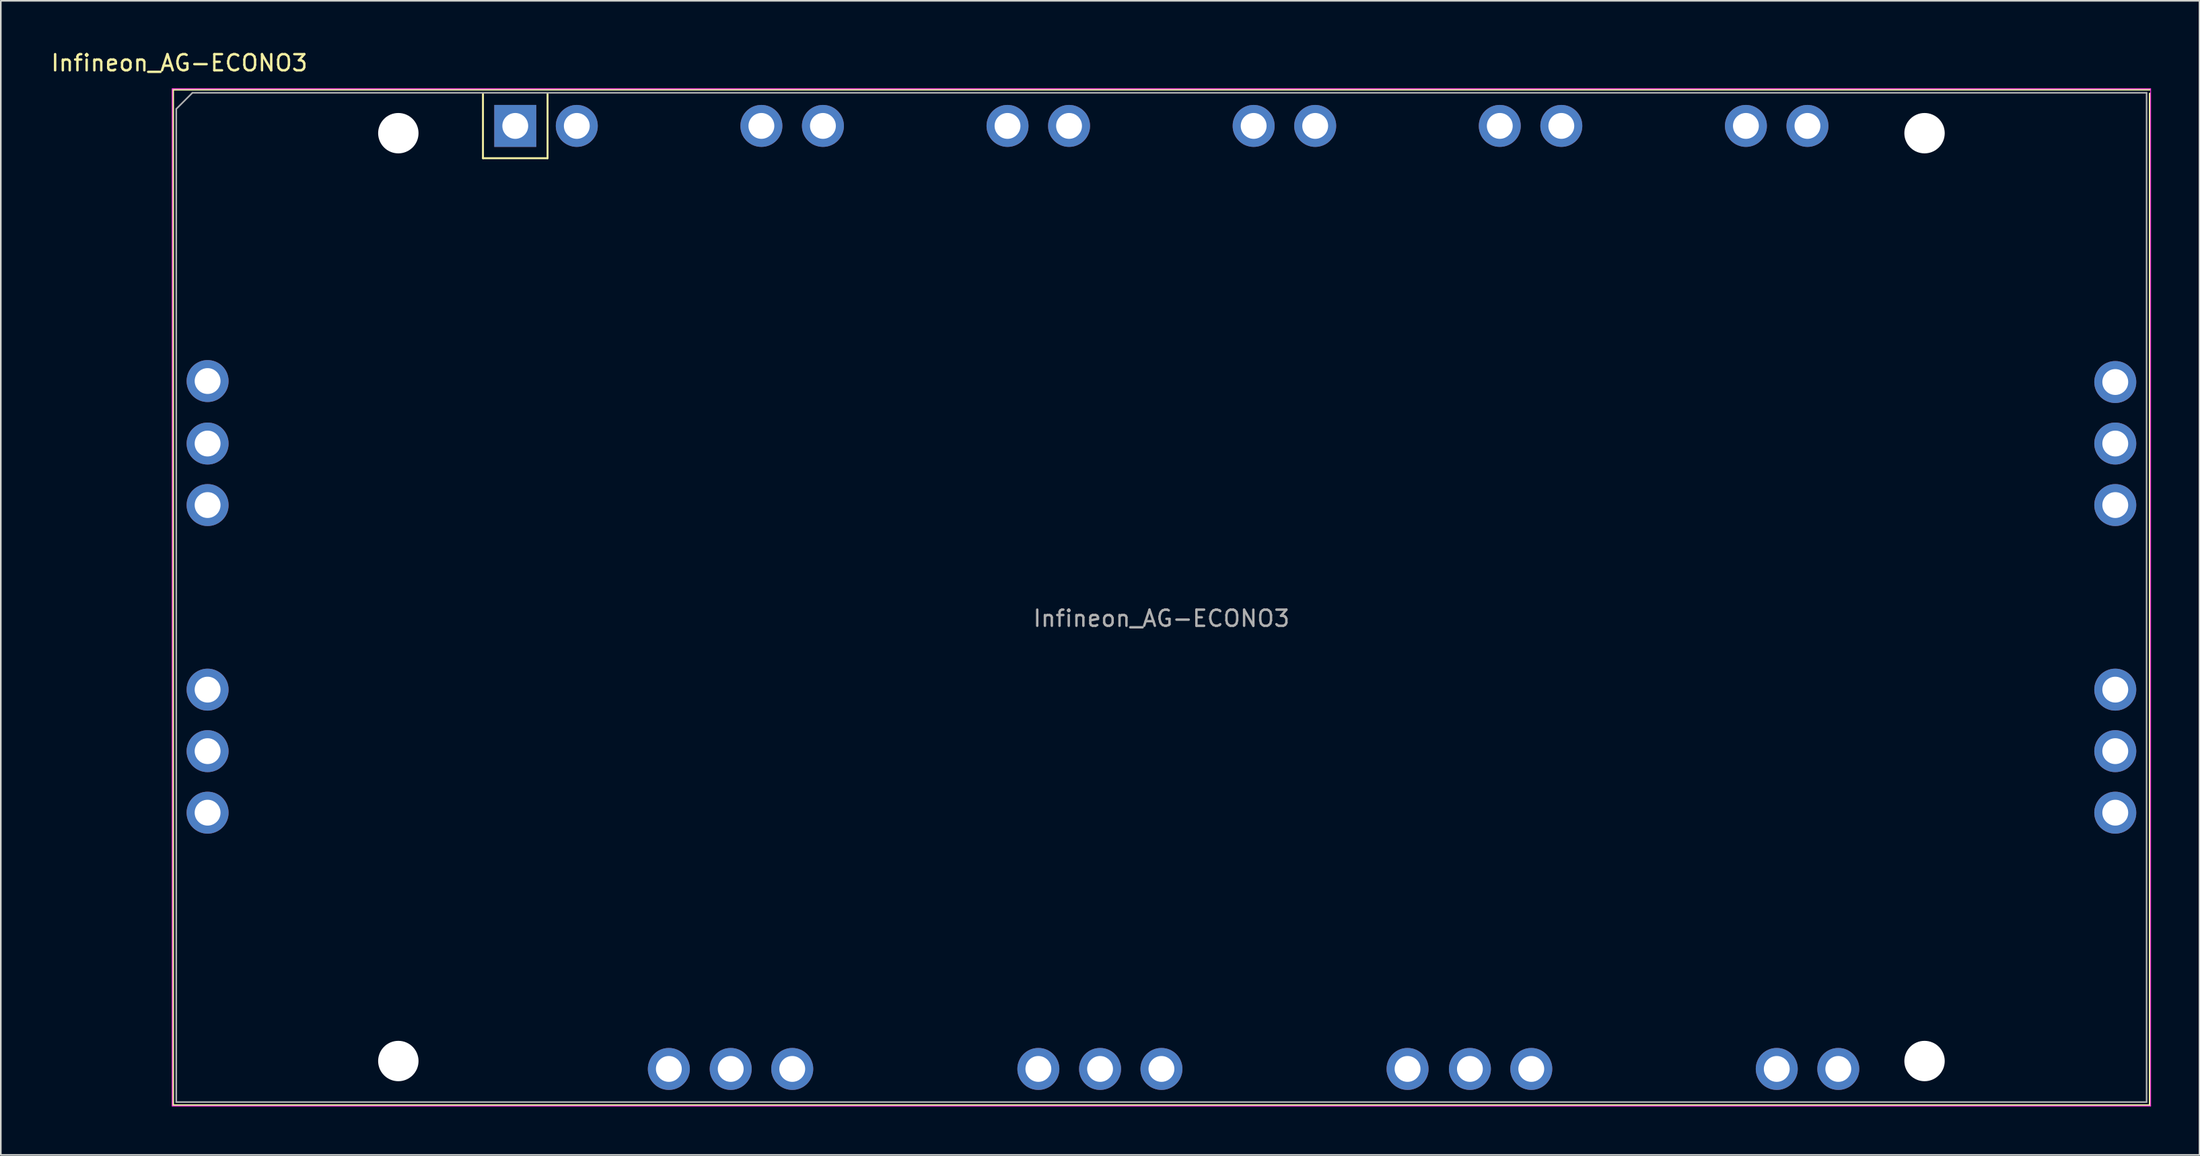
<source format=kicad_pcb>
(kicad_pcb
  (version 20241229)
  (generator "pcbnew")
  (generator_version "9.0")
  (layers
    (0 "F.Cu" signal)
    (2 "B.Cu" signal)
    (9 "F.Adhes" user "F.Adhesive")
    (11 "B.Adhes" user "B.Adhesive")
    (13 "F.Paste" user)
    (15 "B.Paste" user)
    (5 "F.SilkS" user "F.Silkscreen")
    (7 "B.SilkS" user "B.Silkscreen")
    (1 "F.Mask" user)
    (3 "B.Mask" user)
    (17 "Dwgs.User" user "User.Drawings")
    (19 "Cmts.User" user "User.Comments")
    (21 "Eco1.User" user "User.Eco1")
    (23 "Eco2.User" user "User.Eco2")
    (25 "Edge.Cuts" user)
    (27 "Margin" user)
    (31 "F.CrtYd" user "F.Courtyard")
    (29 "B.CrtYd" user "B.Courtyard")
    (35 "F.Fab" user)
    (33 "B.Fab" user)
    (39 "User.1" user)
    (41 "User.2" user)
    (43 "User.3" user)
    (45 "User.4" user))
  (footprint "Infineon_AG-ECONO3"
    (layer "F.Cu")
    (at 28.854 4.748)
    (property "Reference" "Infineon_AG-ECONO3" (at -20.8 -3.9 0) (layer "F.SilkS") (effects (font (size 1 1) (thickness 0.15))))
    (attr through_hole)
    (fp_line (start -21.19 -2.25) (end 101.21 -2.25) (stroke (width 0.12) (type solid)) (layer "F.SilkS"))
    (fp_line (start -21.19 60.65) (end -21.19 -2.25) (stroke (width 0.12) (type solid)) (layer "F.SilkS"))
    (fp_line (start -2 -2) (end -2 2) (stroke (width 0.12) (type solid)) (layer "F.SilkS"))
    (fp_line (start -2 2) (end 2 2) (stroke (width 0.12) (type solid)) (layer "F.SilkS"))
    (fp_line (start 2 2) (end 2 -2) (stroke (width 0.12) (type solid)) (layer "F.SilkS"))
    (fp_line (start 101.21 -2) (end 101.21 60.65) (stroke (width 0.12) (type solid)) (layer "F.SilkS"))
    (fp_line (start 101.21 60.65) (end -21.19 60.65) (stroke (width 0.12) (type solid)) (layer "F.SilkS"))
    (fp_line (start -21.24 -2.3) (end -21.24 60.7) (stroke (width 0.05) (type solid)) (layer "F.CrtYd"))
    (fp_line (start -21.24 60.7) (end 101.26 60.7) (stroke (width 0.05) (type solid)) (layer "F.CrtYd"))
    (fp_line (start 101.26 -2.3) (end -21.24 -2.3) (stroke (width 0.05) (type solid)) (layer "F.CrtYd"))
    (fp_line (start 101.26 60.7) (end 101.26 -2.3) (stroke (width 0.05) (type solid)) (layer "F.CrtYd"))
    (fp_line (start -20.99 60.45) (end -20.99 -1.05) (stroke (width 0.1) (type solid)) (layer "F.Fab"))
    (fp_line (start -19.99 -2.05) (end -20.99 -1.05) (stroke (width 0.1) (type solid)) (layer "F.Fab"))
    (fp_line (start -19.99 -2.05) (end 101.01 -2.05) (stroke (width 0.1) (type solid)) (layer "F.Fab"))
    (fp_line (start 101.01 -2.05) (end 101.01 60.45) (stroke (width 0.1) (type solid)) (layer "F.Fab"))
    (fp_line (start 101.01 60.45) (end -20.99 60.45) (stroke (width 0.1) (type solid)) (layer "F.Fab"))
    (fp_text user "${REFERENCE}" (at 40.01 30.5 180) (layer "F.Fab") (effects (font (size 1 1) (thickness 0.15))))
    (pad "" np_thru_hole circle (at -7.24 0.45) (size 2.5 2.5) (drill 2.5) (layers "*.Cu" "*.Mask"))
    (pad "" np_thru_hole circle (at -7.24 57.91) (size 2.5 2.5) (drill 2.5) (layers "*.Cu" "*.Mask"))
    (pad "" np_thru_hole circle (at 87.26 0.45) (size 2.5 2.5) (drill 2.5) (layers "*.Cu" "*.Mask"))
    (pad "" np_thru_hole circle (at 87.26 57.91) (size 2.5 2.5) (drill 2.5) (layers "*.Cu" "*.Mask"))
    (pad "1" thru_hole rect (at 0 0) (size 2.6 2.6) (drill 1.6) (layers "*.Cu" "*.Mask"))
    (pad "2" thru_hole circle (at 3.81 0) (size 2.6 2.6) (drill 1.6) (layers "*.Cu" "*.Mask"))
    (pad "3" thru_hole circle (at 15.24 0) (size 2.6 2.6) (drill 1.6) (layers "*.Cu" "*.Mask"))
    (pad "4" thru_hole circle (at 19.05 0) (size 2.6 2.6) (drill 1.6) (layers "*.Cu" "*.Mask"))
    (pad "5" thru_hole circle (at 30.48 0) (size 2.6 2.6) (drill 1.6) (layers "*.Cu" "*.Mask"))
    (pad "6" thru_hole circle (at 34.29 0) (size 2.6 2.6) (drill 1.6) (layers "*.Cu" "*.Mask"))
    (pad "7" thru_hole circle (at 45.72 0) (size 2.6 2.6) (drill 1.6) (layers "*.Cu" "*.Mask"))
    (pad "8" thru_hole circle (at 49.53 0) (size 2.6 2.6) (drill 1.6) (layers "*.Cu" "*.Mask"))
    (pad "9" thru_hole circle (at 60.96 0) (size 2.6 2.6) (drill 1.6) (layers "*.Cu" "*.Mask"))
    (pad "10" thru_hole circle (at 64.77 0) (size 2.6 2.6) (drill 1.6) (layers "*.Cu" "*.Mask"))
    (pad "11" thru_hole circle (at 76.2 0) (size 2.6 2.6) (drill 1.6) (layers "*.Cu" "*.Mask"))
    (pad "12" thru_hole circle (at 80.01 0) (size 2.6 2.6) (drill 1.6) (layers "*.Cu" "*.Mask"))
    (pad "13" thru_hole circle (at 99.07 15.86) (size 2.6 2.6) (drill 1.6) (layers "*.Cu" "*.Mask"))
    (pad "14" thru_hole circle (at 99.07 19.67) (size 2.6 2.6) (drill 1.6) (layers "*.Cu" "*.Mask"))
    (pad "15" thru_hole circle (at 99.07 23.48) (size 2.6 2.6) (drill 1.6) (layers "*.Cu" "*.Mask"))
    (pad "16" thru_hole circle (at 99.07 34.91) (size 2.6 2.6) (drill 1.6) (layers "*.Cu" "*.Mask"))
    (pad "17" thru_hole circle (at 99.07 38.72) (size 2.6 2.6) (drill 1.6) (layers "*.Cu" "*.Mask"))
    (pad "18" thru_hole circle (at 99.07 42.53) (size 2.6 2.6) (drill 1.6) (layers "*.Cu" "*.Mask"))
    (pad "19" thru_hole circle (at 81.92 58.4) (size 2.6 2.6) (drill 1.6) (layers "*.Cu" "*.Mask"))
    (pad "20" thru_hole circle (at 78.11 58.4) (size 2.6 2.6) (drill 1.6) (layers "*.Cu" "*.Mask"))
    (pad "21" thru_hole circle (at 62.91 58.4) (size 2.6 2.6) (drill 1.6) (layers "*.Cu" "*.Mask"))
    (pad "22" thru_hole circle (at 59.11 58.4) (size 2.6 2.6) (drill 1.6) (layers "*.Cu" "*.Mask"))
    (pad "23" thru_hole circle (at 55.25 58.4) (size 2.6 2.6) (drill 1.6) (layers "*.Cu" "*.Mask"))
    (pad "24" thru_hole circle (at 40.01 58.4) (size 2.6 2.6) (drill 1.6) (layers "*.Cu" "*.Mask"))
    (pad "25" thru_hole circle (at 36.21 58.4) (size 2.6 2.6) (drill 1.6) (layers "*.Cu" "*.Mask"))
    (pad "26" thru_hole circle (at 32.39 58.4) (size 2.6 2.6) (drill 1.6) (layers "*.Cu" "*.Mask"))
    (pad "27" thru_hole circle (at 17.15 58.4) (size 2.6 2.6) (drill 1.6) (layers "*.Cu" "*.Mask"))
    (pad "28" thru_hole circle (at 13.34 58.4) (size 2.6 2.6) (drill 1.6) (layers "*.Cu" "*.Mask"))
    (pad "29" thru_hole circle (at 9.51 58.4) (size 2.6 2.6) (drill 1.6) (layers "*.Cu" "*.Mask"))
    (pad "30" thru_hole circle (at -19.05 42.53) (size 2.6 2.6) (drill 1.6) (layers "*.Cu" "*.Mask"))
    (pad "31" thru_hole circle (at -19.05 38.72) (size 2.6 2.6) (drill 1.6) (layers "*.Cu" "*.Mask"))
    (pad "32" thru_hole circle (at -19.05 34.91) (size 2.6 2.6) (drill 1.6) (layers "*.Cu" "*.Mask"))
    (pad "33" thru_hole circle (at -19.05 23.48) (size 2.6 2.6) (drill 1.6) (layers "*.Cu" "*.Mask"))
    (pad "34" thru_hole circle (at -19.05 19.67) (size 2.6 2.6) (drill 1.6) (layers "*.Cu" "*.Mask"))
    (pad "35" thru_hole circle (at -19.05 15.8) (size 2.6 2.6) (drill 1.6) (layers "*.Cu" "*.Mask"))
    (zone (net_name "") (layers "F.Cu" "B.Cu") (name "MH") (hatch full 0.508) (connect_pads) (min_thickness 0.254) (filled_areas_thickness no) (keepout (tracks not_allowed) (vias not_allowed) (pads not_allowed) (copperpour not_allowed) (footprints not_allowed)) (placement (enabled no)) (fill) (polygon (pts (xy 19.369 8.948) (xy 19.349 8.488) (xy 19.291 8.03) (xy 19.196 7.579) (xy 19.062 7.138) (xy 18.893 6.709) (xy 18.688 6.296) (xy 18.449 5.902) (xy 18.178 5.529) (xy 17.877 5.18) (xy 17.547 4.857) (xy 17.192 4.563) (xy 16.813 4.3) (xy 16.414 4.07) (xy 15.997 3.873) (xy 15.565 3.713) (xy 15.121 3.589) (xy 14.668 3.502) (xy 14.209 3.454) (xy 13.748 3.444) (xy 13.288 3.473) (xy 12.832 3.541) (xy 12.383 3.646) (xy 11.945 3.789) (xy 11.52 3.967) (xy 11.111 4.181) (xy 10.722 4.428) (xy 10.355 4.707) (xy 10.012 5.015) (xy 9.696 5.351) (xy 9.41 5.713) (xy 9.155 6.097) (xy 8.933 6.501) (xy 8.745 6.922) (xy 8.594 7.357) (xy 8.479 7.804) (xy 8.402 8.258) (xy 8.363 8.718) (xy 8.363 9.179) (xy 8.402 9.638) (xy 8.479 10.093) (xy 8.594 10.539) (xy 8.745 10.975) (xy 8.933 11.396) (xy 9.155 11.8) (xy 9.41 12.184) (xy 9.696 12.545) (xy 10.012 12.881) (xy 10.355 13.19) (xy 10.722 13.469) (xy 11.111 13.716) (xy 11.52 13.929) (xy 11.945 14.108) (xy 12.383 14.25) (xy 12.832 14.356) (xy 13.288 14.423) (xy 13.748 14.452) (xy 14.209 14.442) (xy 14.668 14.394) (xy 15.121 14.308) (xy 15.565 14.184) (xy 15.997 14.023) (xy 16.414 13.827) (xy 16.813 13.596) (xy 17.192 13.333) (xy 17.547 13.039) (xy 17.877 12.717) (xy 18.178 12.368) (xy 18.449 11.995) (xy 18.688 11.6) (xy 18.893 11.187) (xy 19.062 10.759) (xy 19.196 10.317) (xy 19.291 9.866) (xy 19.349 9.409))))
    (zone (net_name "") (layers "F.Cu" "B.Cu") (name "MH") (hatch full 0.508) (connect_pads) (min_thickness 0.254) (filled_areas_thickness no) (keepout (tracks not_allowed) (vias not_allowed) (pads not_allowed) (copperpour not_allowed) (footprints not_allowed)) (placement (enabled no)) (fill) (polygon (pts (xy 19.369 58.948) (xy 19.349 58.488) (xy 19.291 58.03) (xy 19.196 57.579) (xy 19.062 57.138) (xy 18.893 56.709) (xy 18.688 56.296) (xy 18.449 55.902) (xy 18.178 55.529) (xy 17.877 55.18) (xy 17.547 54.857) (xy 17.192 54.563) (xy 16.813 54.3) (xy 16.414 54.07) (xy 15.997 53.873) (xy 15.565 53.713) (xy 15.121 53.589) (xy 14.668 53.502) (xy 14.209 53.454) (xy 13.748 53.444) (xy 13.288 53.473) (xy 12.832 53.541) (xy 12.383 53.646) (xy 11.945 53.789) (xy 11.52 53.967) (xy 11.111 54.181) (xy 10.722 54.428) (xy 10.355 54.707) (xy 10.012 55.015) (xy 9.696 55.351) (xy 9.41 55.713) (xy 9.155 56.097) (xy 8.933 56.501) (xy 8.745 56.922) (xy 8.594 57.357) (xy 8.479 57.804) (xy 8.402 58.258) (xy 8.363 58.718) (xy 8.363 59.179) (xy 8.402 59.638) (xy 8.479 60.093) (xy 8.594 60.539) (xy 8.745 60.975) (xy 8.933 61.396) (xy 9.155 61.8) (xy 9.41 62.184) (xy 9.696 62.545) (xy 10.012 62.881) (xy 10.355 63.19) (xy 10.722 63.469) (xy 11.111 63.716) (xy 11.52 63.929) (xy 11.945 64.108) (xy 12.383 64.25) (xy 12.832 64.356) (xy 13.288 64.423) (xy 13.748 64.452) (xy 14.209 64.442) (xy 14.668 64.394) (xy 15.121 64.308) (xy 15.565 64.184) (xy 15.997 64.023) (xy 16.414 63.827) (xy 16.813 63.596) (xy 17.192 63.333) (xy 17.547 63.039) (xy 17.877 62.717) (xy 18.178 62.368) (xy 18.449 61.995) (xy 18.688 61.6) (xy 18.893 61.187) (xy 19.062 60.759) (xy 19.196 60.317) (xy 19.291 59.866) (xy 19.349 59.409))))
    (zone (net_name "") (layers "F.Cu" "B.Cu") (name "MH") (hatch full 0.508) (connect_pads) (min_thickness 0.254) (filled_areas_thickness no) (keepout (tracks not_allowed) (vias not_allowed) (pads not_allowed) (copperpour not_allowed) (footprints not_allowed)) (placement (enabled no)) (fill) (polygon (pts (xy 129.369 8.948) (xy 129.349 8.488) (xy 129.291 8.03) (xy 129.196 7.579) (xy 129.062 7.138) (xy 128.893 6.709) (xy 128.688 6.296) (xy 128.449 5.902) (xy 128.178 5.529) (xy 127.877 5.18) (xy 127.547 4.857) (xy 127.192 4.563) (xy 126.813 4.3) (xy 126.414 4.07) (xy 125.997 3.873) (xy 125.565 3.713) (xy 125.121 3.589) (xy 124.668 3.502) (xy 124.209 3.454) (xy 123.748 3.444) (xy 123.288 3.473) (xy 122.832 3.541) (xy 122.383 3.646) (xy 121.945 3.789) (xy 121.52 3.967) (xy 121.111 4.181) (xy 120.722 4.428) (xy 120.355 4.707) (xy 120.012 5.015) (xy 119.696 5.351) (xy 119.41 5.713) (xy 119.155 6.097) (xy 118.933 6.501) (xy 118.745 6.922) (xy 118.594 7.357) (xy 118.479 7.804) (xy 118.402 8.258) (xy 118.363 8.718) (xy 118.363 9.179) (xy 118.402 9.638) (xy 118.479 10.093) (xy 118.594 10.539) (xy 118.745 10.975) (xy 118.933 11.396) (xy 119.155 11.8) (xy 119.41 12.184) (xy 119.696 12.545) (xy 120.012 12.881) (xy 120.355 13.19) (xy 120.722 13.469) (xy 121.111 13.716) (xy 121.52 13.929) (xy 121.945 14.108) (xy 122.383 14.25) (xy 122.832 14.356) (xy 123.288 14.423) (xy 123.748 14.452) (xy 124.209 14.442) (xy 124.668 14.394) (xy 125.121 14.308) (xy 125.565 14.184) (xy 125.997 14.023) (xy 126.414 13.827) (xy 126.813 13.596) (xy 127.192 13.333) (xy 127.547 13.039) (xy 127.877 12.717) (xy 128.178 12.368) (xy 128.449 11.995) (xy 128.688 11.6) (xy 128.893 11.187) (xy 129.062 10.759) (xy 129.196 10.317) (xy 129.291 9.866) (xy 129.349 9.409))))
    (zone (net_name "") (layers "F.Cu" "B.Cu") (name "MH") (hatch full 0.508) (connect_pads) (min_thickness 0.254) (filled_areas_thickness no) (keepout (tracks not_allowed) (vias not_allowed) (pads not_allowed) (copperpour not_allowed) (footprints not_allowed)) (placement (enabled no)) (fill) (polygon (pts (xy 129.369 58.948) (xy 129.349 58.488) (xy 129.291 58.03) (xy 129.196 57.579) (xy 129.062 57.138) (xy 128.893 56.709) (xy 128.688 56.296) (xy 128.449 55.902) (xy 128.178 55.529) (xy 127.877 55.18) (xy 127.547 54.857) (xy 127.192 54.563) (xy 126.813 54.3) (xy 126.414 54.07) (xy 125.997 53.873) (xy 125.565 53.713) (xy 125.121 53.589) (xy 124.668 53.502) (xy 124.209 53.454) (xy 123.748 53.444) (xy 123.288 53.473) (xy 122.832 53.541) (xy 122.383 53.646) (xy 121.945 53.789) (xy 121.52 53.967) (xy 121.111 54.181) (xy 120.722 54.428) (xy 120.355 54.707) (xy 120.012 55.015) (xy 119.696 55.351) (xy 119.41 55.713) (xy 119.155 56.097) (xy 118.933 56.501) (xy 118.745 56.922) (xy 118.594 57.357) (xy 118.479 57.804) (xy 118.402 58.258) (xy 118.363 58.718) (xy 118.363 59.179) (xy 118.402 59.638) (xy 118.479 60.093) (xy 118.594 60.539) (xy 118.745 60.975) (xy 118.933 61.396) (xy 119.155 61.8) (xy 119.41 62.184) (xy 119.696 62.545) (xy 120.012 62.881) (xy 120.355 63.19) (xy 120.722 63.469) (xy 121.111 63.716) (xy 121.52 63.929) (xy 121.945 64.108) (xy 122.383 64.25) (xy 122.832 64.356) (xy 123.288 64.423) (xy 123.748 64.452) (xy 124.209 64.442) (xy 124.668 64.394) (xy 125.121 64.308) (xy 125.565 64.184) (xy 125.997 64.023) (xy 126.414 63.827) (xy 126.813 63.596) (xy 127.192 63.333) (xy 127.547 63.039) (xy 127.877 62.717) (xy 128.178 62.368) (xy 128.449 61.995) (xy 128.688 61.6) (xy 128.893 61.187) (xy 129.062 60.759) (xy 129.196 60.317) (xy 129.291 59.866) (xy 129.349 59.409)))))
  (gr_rect
    (start -3 -3)
    (end 133.139 68.473)
    (stroke (width 0.1) (type default))
    (fill no)
    (layer "Edge.Cuts")))
</source>
